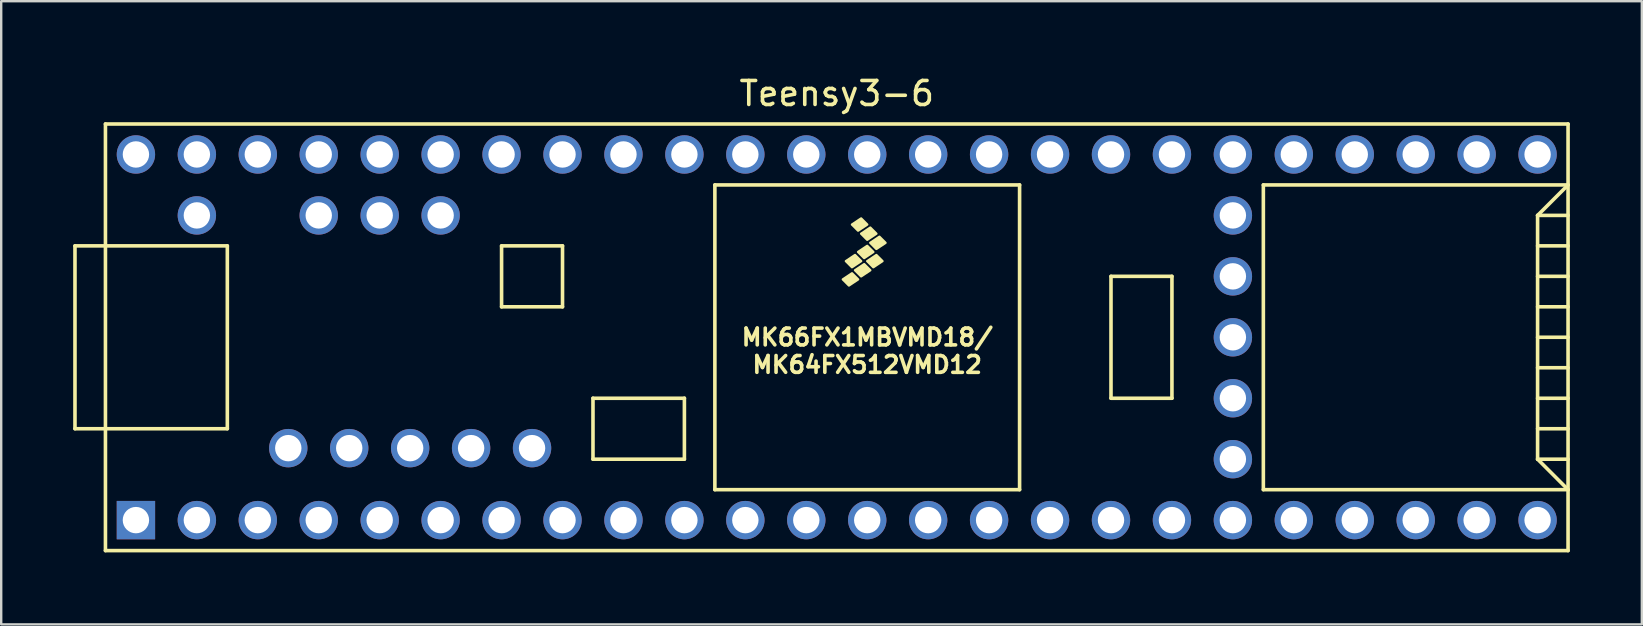
<source format=kicad_pcb>
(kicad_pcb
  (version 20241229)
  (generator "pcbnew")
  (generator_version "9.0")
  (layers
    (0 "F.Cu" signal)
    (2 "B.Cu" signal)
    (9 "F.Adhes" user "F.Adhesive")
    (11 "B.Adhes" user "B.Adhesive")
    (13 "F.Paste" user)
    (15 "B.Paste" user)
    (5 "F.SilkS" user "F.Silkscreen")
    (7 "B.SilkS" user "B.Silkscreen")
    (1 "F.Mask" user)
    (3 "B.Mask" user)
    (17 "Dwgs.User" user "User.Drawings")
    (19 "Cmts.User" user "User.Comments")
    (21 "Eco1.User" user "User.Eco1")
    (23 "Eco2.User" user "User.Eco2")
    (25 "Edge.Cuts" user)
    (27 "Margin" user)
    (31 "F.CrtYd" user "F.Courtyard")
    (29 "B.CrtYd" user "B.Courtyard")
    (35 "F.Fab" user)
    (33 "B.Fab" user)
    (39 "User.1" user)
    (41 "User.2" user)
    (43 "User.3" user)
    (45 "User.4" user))
  (footprint "Teensy3-6"
    (layer "F.Cu")
    (at 31.825 11.008)
    (property "Reference" "Teensy3-6" (at 0 -10.16 0) (layer "F.SilkS") (effects (font (size 1 1) (thickness 0.15))))
    (attr through_hole)
    (fp_line (start -31.75 -3.81) (end -30.48 -3.81) (stroke (width 0.15) (type solid)) (layer "F.SilkS"))
    (fp_line (start -31.75 3.81) (end -31.75 -3.81) (stroke (width 0.15) (type solid)) (layer "F.SilkS"))
    (fp_line (start -30.48 3.81) (end -31.75 3.81) (stroke (width 0.15) (type solid)) (layer "F.SilkS"))
    (fp_line (start -30.48 8.89) (end -30.48 -8.89) (stroke (width 0.15) (type solid)) (layer "F.SilkS"))
    (fp_line (start -30.48 8.89) (end 30.48 8.89) (stroke (width 0.15) (type solid)) (layer "F.SilkS"))
    (fp_line (start -25.4 -3.81) (end -30.48 -3.81) (stroke (width 0.15) (type solid)) (layer "F.SilkS"))
    (fp_line (start -25.4 3.81) (end -30.48 3.81) (stroke (width 0.15) (type solid)) (layer "F.SilkS"))
    (fp_line (start -25.4 3.81) (end -25.4 -3.81) (stroke (width 0.15) (type solid)) (layer "F.SilkS"))
    (fp_line (start -13.97 -3.81) (end -13.97 -1.27) (stroke (width 0.15) (type solid)) (layer "F.SilkS"))
    (fp_line (start -13.97 -1.27) (end -11.43 -1.27) (stroke (width 0.15) (type solid)) (layer "F.SilkS"))
    (fp_line (start -11.43 -3.81) (end -13.97 -3.81) (stroke (width 0.15) (type solid)) (layer "F.SilkS"))
    (fp_line (start -11.43 -1.27) (end -11.43 -3.81) (stroke (width 0.15) (type solid)) (layer "F.SilkS"))
    (fp_line (start -10.16 2.54) (end -6.35 2.54) (stroke (width 0.15) (type solid)) (layer "F.SilkS"))
    (fp_line (start -10.16 5.08) (end -10.16 2.54) (stroke (width 0.15) (type solid)) (layer "F.SilkS"))
    (fp_line (start -6.35 2.54) (end -6.35 5.08) (stroke (width 0.15) (type solid)) (layer "F.SilkS"))
    (fp_line (start -6.35 5.08) (end -10.16 5.08) (stroke (width 0.15) (type solid)) (layer "F.SilkS"))
    (fp_line (start -5.08 -6.35) (end -5.08 6.35) (stroke (width 0.15) (type solid)) (layer "F.SilkS"))
    (fp_line (start -5.08 -6.35) (end 7.62 -6.35) (stroke (width 0.15) (type solid)) (layer "F.SilkS"))
    (fp_line (start -5.08 6.35) (end 7.62 6.35) (stroke (width 0.15) (type solid)) (layer "F.SilkS"))
    (fp_line (start 7.62 6.35) (end 7.62 -6.35) (stroke (width 0.15) (type solid)) (layer "F.SilkS"))
    (fp_line (start 11.43 -2.54) (end 13.97 -2.54) (stroke (width 0.15) (type solid)) (layer "F.SilkS"))
    (fp_line (start 11.43 2.54) (end 11.43 -2.54) (stroke (width 0.15) (type solid)) (layer "F.SilkS"))
    (fp_line (start 13.97 -2.54) (end 13.97 2.54) (stroke (width 0.15) (type solid)) (layer "F.SilkS"))
    (fp_line (start 13.97 2.54) (end 11.43 2.54) (stroke (width 0.15) (type solid)) (layer "F.SilkS"))
    (fp_line (start 17.78 -6.35) (end 17.78 6.35) (stroke (width 0.15) (type solid)) (layer "F.SilkS"))
    (fp_line (start 17.78 6.35) (end 30.48 6.35) (stroke (width 0.15) (type solid)) (layer "F.SilkS"))
    (fp_line (start 29.21 -5.08) (end 30.48 -6.35) (stroke (width 0.15) (type solid)) (layer "F.SilkS"))
    (fp_line (start 29.21 -5.08) (end 30.48 -5.08) (stroke (width 0.15) (type solid)) (layer "F.SilkS"))
    (fp_line (start 29.21 -3.81) (end 30.48 -3.81) (stroke (width 0.15) (type solid)) (layer "F.SilkS"))
    (fp_line (start 29.21 -2.54) (end 30.48 -2.54) (stroke (width 0.15) (type solid)) (layer "F.SilkS"))
    (fp_line (start 29.21 -1.27) (end 30.48 -1.27) (stroke (width 0.15) (type solid)) (layer "F.SilkS"))
    (fp_line (start 29.21 0) (end 30.48 0) (stroke (width 0.15) (type solid)) (layer "F.SilkS"))
    (fp_line (start 29.21 1.27) (end 30.48 1.27) (stroke (width 0.15) (type solid)) (layer "F.SilkS"))
    (fp_line (start 29.21 2.54) (end 30.48 2.54) (stroke (width 0.15) (type solid)) (layer "F.SilkS"))
    (fp_line (start 29.21 3.81) (end 30.48 3.81) (stroke (width 0.15) (type solid)) (layer "F.SilkS"))
    (fp_line (start 29.21 5.08) (end 29.21 -5.08) (stroke (width 0.15) (type solid)) (layer "F.SilkS"))
    (fp_line (start 29.21 5.08) (end 30.48 5.08) (stroke (width 0.15) (type solid)) (layer "F.SilkS"))
    (fp_line (start 30.48 -8.89) (end -30.48 -8.89) (stroke (width 0.15) (type solid)) (layer "F.SilkS"))
    (fp_line (start 30.48 -8.89) (end 30.48 8.89) (stroke (width 0.15) (type solid)) (layer "F.SilkS"))
    (fp_line (start 30.48 -6.35) (end 17.78 -6.35) (stroke (width 0.15) (type solid)) (layer "F.SilkS"))
    (fp_line (start 30.48 6.35) (end 29.21 5.08) (stroke (width 0.15) (type solid)) (layer "F.SilkS"))
    (fp_poly (pts (xy 0.635 -2.667) (xy 0.889 -2.413) (xy 0.508 -2.159) (xy 0.254 -2.413)) (stroke (width 0.1) (type solid)) (fill yes) (layer "F.SilkS"))
    (fp_poly (pts (xy 0.762 -3.429) (xy 1.016 -3.175) (xy 0.635 -2.921) (xy 0.381 -3.175)) (stroke (width 0.1) (type solid)) (fill yes) (layer "F.SilkS"))
    (fp_poly (pts (xy 1.016 -4.953) (xy 1.27 -4.699) (xy 0.889 -4.445) (xy 0.635 -4.699)) (stroke (width 0.1) (type solid)) (fill yes) (layer "F.SilkS"))
    (fp_poly (pts (xy 1.143 -3.048) (xy 1.397 -2.794) (xy 1.016 -2.54) (xy 0.762 -2.794)) (stroke (width 0.1) (type solid)) (fill yes) (layer "F.SilkS"))
    (fp_poly (pts (xy 1.27 -3.81) (xy 1.524 -3.556) (xy 1.143 -3.302) (xy 0.889 -3.556)) (stroke (width 0.1) (type solid)) (fill yes) (layer "F.SilkS"))
    (fp_poly (pts (xy 1.397 -4.572) (xy 1.651 -4.318) (xy 1.27 -4.064) (xy 1.016 -4.318)) (stroke (width 0.1) (type solid)) (fill yes) (layer "F.SilkS"))
    (fp_poly (pts (xy 1.651 -3.429) (xy 1.905 -3.175) (xy 1.524 -2.921) (xy 1.27 -3.175)) (stroke (width 0.1) (type solid)) (fill yes) (layer "F.SilkS"))
    (fp_poly (pts (xy 1.778 -4.191) (xy 2.032 -3.937) (xy 1.651 -3.683) (xy 1.397 -3.937)) (stroke (width 0.1) (type solid)) (fill yes) (layer "F.SilkS"))
    (fp_text user "MK64FX512VMD12" (at 1.27 1.143 0) (layer "F.SilkS") (effects (font (size 0.7 0.7) (thickness 0.15))))
    (fp_text user "MK66FX1MBVMD18/" (at 1.27 0 0) (layer "F.SilkS") (effects (font (size 0.7 0.7) (thickness 0.15))))
    (pad "1" thru_hole rect (at -29.21 7.62) (size 1.6 1.6) (drill 1.1) (layers "*.Cu" "*.Mask"))
    (pad "2" thru_hole circle (at -26.67 7.62) (size 1.6 1.6) (drill 1.1) (layers "*.Cu" "*.Mask"))
    (pad "3" thru_hole circle (at -24.13 7.62) (size 1.6 1.6) (drill 1.1) (layers "*.Cu" "*.Mask"))
    (pad "4" thru_hole circle (at -21.59 7.62) (size 1.6 1.6) (drill 1.1) (layers "*.Cu" "*.Mask"))
    (pad "5" thru_hole circle (at -19.05 7.62) (size 1.6 1.6) (drill 1.1) (layers "*.Cu" "*.Mask"))
    (pad "6" thru_hole circle (at -16.51 7.62) (size 1.6 1.6) (drill 1.1) (layers "*.Cu" "*.Mask"))
    (pad "7" thru_hole circle (at -13.97 7.62) (size 1.6 1.6) (drill 1.1) (layers "*.Cu" "*.Mask"))
    (pad "8" thru_hole circle (at -11.43 7.62) (size 1.6 1.6) (drill 1.1) (layers "*.Cu" "*.Mask"))
    (pad "9" thru_hole circle (at -8.89 7.62) (size 1.6 1.6) (drill 1.1) (layers "*.Cu" "*.Mask"))
    (pad "10" thru_hole circle (at -6.35 7.62) (size 1.6 1.6) (drill 1.1) (layers "*.Cu" "*.Mask"))
    (pad "11" thru_hole circle (at -3.81 7.62) (size 1.6 1.6) (drill 1.1) (layers "*.Cu" "*.Mask"))
    (pad "12" thru_hole circle (at -1.27 7.62) (size 1.6 1.6) (drill 1.1) (layers "*.Cu" "*.Mask"))
    (pad "13" thru_hole circle (at 1.27 7.62) (size 1.6 1.6) (drill 1.1) (layers "*.Cu" "*.Mask"))
    (pad "14" thru_hole circle (at 3.81 7.62) (size 1.6 1.6) (drill 1.1) (layers "*.Cu" "*.Mask"))
    (pad "15" thru_hole circle (at 6.35 7.62) (size 1.6 1.6) (drill 1.1) (layers "*.Cu" "*.Mask"))
    (pad "16" thru_hole circle (at 8.89 7.62) (size 1.6 1.6) (drill 1.1) (layers "*.Cu" "*.Mask"))
    (pad "17" thru_hole circle (at 11.43 7.62) (size 1.6 1.6) (drill 1.1) (layers "*.Cu" "*.Mask"))
    (pad "18" thru_hole circle (at 13.97 7.62) (size 1.6 1.6) (drill 1.1) (layers "*.Cu" "*.Mask"))
    (pad "19" thru_hole circle (at 16.51 7.62) (size 1.6 1.6) (drill 1.1) (layers "*.Cu" "*.Mask"))
    (pad "20" thru_hole circle (at 19.05 7.62) (size 1.6 1.6) (drill 1.1) (layers "*.Cu" "*.Mask"))
    (pad "21" thru_hole circle (at 21.59 7.62) (size 1.6 1.6) (drill 1.1) (layers "*.Cu" "*.Mask"))
    (pad "22" thru_hole circle (at 24.13 7.62) (size 1.6 1.6) (drill 1.1) (layers "*.Cu" "*.Mask"))
    (pad "23" thru_hole circle (at 26.67 7.62) (size 1.6 1.6) (drill 1.1) (layers "*.Cu" "*.Mask"))
    (pad "24" thru_hole circle (at 29.21 7.62) (size 1.6 1.6) (drill 1.1) (layers "*.Cu" "*.Mask"))
    (pad "25" thru_hole circle (at 16.51 5.08) (size 1.6 1.6) (drill 1.1) (layers "*.Cu" "*.Mask"))
    (pad "26" thru_hole circle (at 16.51 2.54) (size 1.6 1.6) (drill 1.1) (layers "*.Cu" "*.Mask"))
    (pad "27" thru_hole circle (at 16.51 0) (size 1.6 1.6) (drill 1.1) (layers "*.Cu" "*.Mask"))
    (pad "28" thru_hole circle (at 16.51 -2.54) (size 1.6 1.6) (drill 1.1) (layers "*.Cu" "*.Mask"))
    (pad "29" thru_hole circle (at 16.51 -5.08) (size 1.6 1.6) (drill 1.1) (layers "*.Cu" "*.Mask"))
    (pad "30" thru_hole circle (at 29.21 -7.62) (size 1.6 1.6) (drill 1.1) (layers "*.Cu" "*.Mask"))
    (pad "31" thru_hole circle (at 26.67 -7.62) (size 1.6 1.6) (drill 1.1) (layers "*.Cu" "*.Mask"))
    (pad "32" thru_hole circle (at 24.13 -7.62) (size 1.6 1.6) (drill 1.1) (layers "*.Cu" "*.Mask"))
    (pad "33" thru_hole circle (at 21.59 -7.62) (size 1.6 1.6) (drill 1.1) (layers "*.Cu" "*.Mask"))
    (pad "34" thru_hole circle (at 19.05 -7.62) (size 1.6 1.6) (drill 1.1) (layers "*.Cu" "*.Mask"))
    (pad "35" thru_hole circle (at 16.51 -7.62) (size 1.6 1.6) (drill 1.1) (layers "*.Cu" "*.Mask"))
    (pad "36" thru_hole circle (at 13.97 -7.62) (size 1.6 1.6) (drill 1.1) (layers "*.Cu" "*.Mask"))
    (pad "37" thru_hole circle (at 11.43 -7.62) (size 1.6 1.6) (drill 1.1) (layers "*.Cu" "*.Mask"))
    (pad "38" thru_hole circle (at 8.89 -7.62) (size 1.6 1.6) (drill 1.1) (layers "*.Cu" "*.Mask"))
    (pad "39" thru_hole circle (at 6.35 -7.62) (size 1.6 1.6) (drill 1.1) (layers "*.Cu" "*.Mask"))
    (pad "40" thru_hole circle (at 3.81 -7.62) (size 1.6 1.6) (drill 1.1) (layers "*.Cu" "*.Mask"))
    (pad "41" thru_hole circle (at 1.27 -7.62) (size 1.6 1.6) (drill 1.1) (layers "*.Cu" "*.Mask"))
    (pad "42" thru_hole circle (at -1.27 -7.62) (size 1.6 1.6) (drill 1.1) (layers "*.Cu" "*.Mask"))
    (pad "43" thru_hole circle (at -3.81 -7.62) (size 1.6 1.6) (drill 1.1) (layers "*.Cu" "*.Mask"))
    (pad "44" thru_hole circle (at -6.35 -7.62) (size 1.6 1.6) (drill 1.1) (layers "*.Cu" "*.Mask"))
    (pad "45" thru_hole circle (at -8.89 -7.62) (size 1.6 1.6) (drill 1.1) (layers "*.Cu" "*.Mask"))
    (pad "46" thru_hole circle (at -11.43 -7.62) (size 1.6 1.6) (drill 1.1) (layers "*.Cu" "*.Mask"))
    (pad "47" thru_hole circle (at -13.97 -7.62) (size 1.6 1.6) (drill 1.1) (layers "*.Cu" "*.Mask"))
    (pad "48" thru_hole circle (at -16.51 -7.62) (size 1.6 1.6) (drill 1.1) (layers "*.Cu" "*.Mask"))
    (pad "49" thru_hole circle (at -19.05 -7.62) (size 1.6 1.6) (drill 1.1) (layers "*.Cu" "*.Mask"))
    (pad "50" thru_hole circle (at -21.59 -7.62) (size 1.6 1.6) (drill 1.1) (layers "*.Cu" "*.Mask"))
    (pad "51" thru_hole circle (at -24.13 -7.62) (size 1.6 1.6) (drill 1.1) (layers "*.Cu" "*.Mask"))
    (pad "52" thru_hole circle (at -26.67 -7.62) (size 1.6 1.6) (drill 1.1) (layers "*.Cu" "*.Mask"))
    (pad "53" thru_hole circle (at -29.21 -7.62) (size 1.6 1.6) (drill 1.1) (layers "*.Cu" "*.Mask"))
    (pad "54" thru_hole circle (at -26.67 -5.08) (size 1.6 1.6) (drill 1.1) (layers "*.Cu" "*.Mask"))
    (pad "55" thru_hole circle (at -21.59 -5.08) (size 1.6 1.6) (drill 1.1) (layers "*.Cu" "*.Mask"))
    (pad "56" thru_hole circle (at -19.05 -5.08) (size 1.6 1.6) (drill 1.1) (layers "*.Cu" "*.Mask"))
    (pad "57" thru_hole circle (at -16.51 -5.08) (size 1.6 1.6) (drill 1.1) (layers "*.Cu" "*.Mask"))
    (pad "58" thru_hole circle (at -22.86 4.62) (size 1.6 1.6) (drill 1.1) (layers "*.Cu" "*.Mask"))
    (pad "59" thru_hole circle (at -20.32 4.62) (size 1.6 1.6) (drill 1.1) (layers "*.Cu" "*.Mask"))
    (pad "60" thru_hole circle (at -17.78 4.62) (size 1.6 1.6) (drill 1.1) (layers "*.Cu" "*.Mask"))
    (pad "61" thru_hole circle (at -15.24 4.62) (size 1.6 1.6) (drill 1.1) (layers "*.Cu" "*.Mask"))
    (pad "62" thru_hole circle (at -12.7 4.62) (size 1.6 1.6) (drill 1.1) (layers "*.Cu" "*.Mask")))
  (gr_rect
    (start -3 -3)
    (end 65.38 22.973)
    (stroke (width 0.1) (type default))
    (fill no)
    (layer "Edge.Cuts")))
</source>
